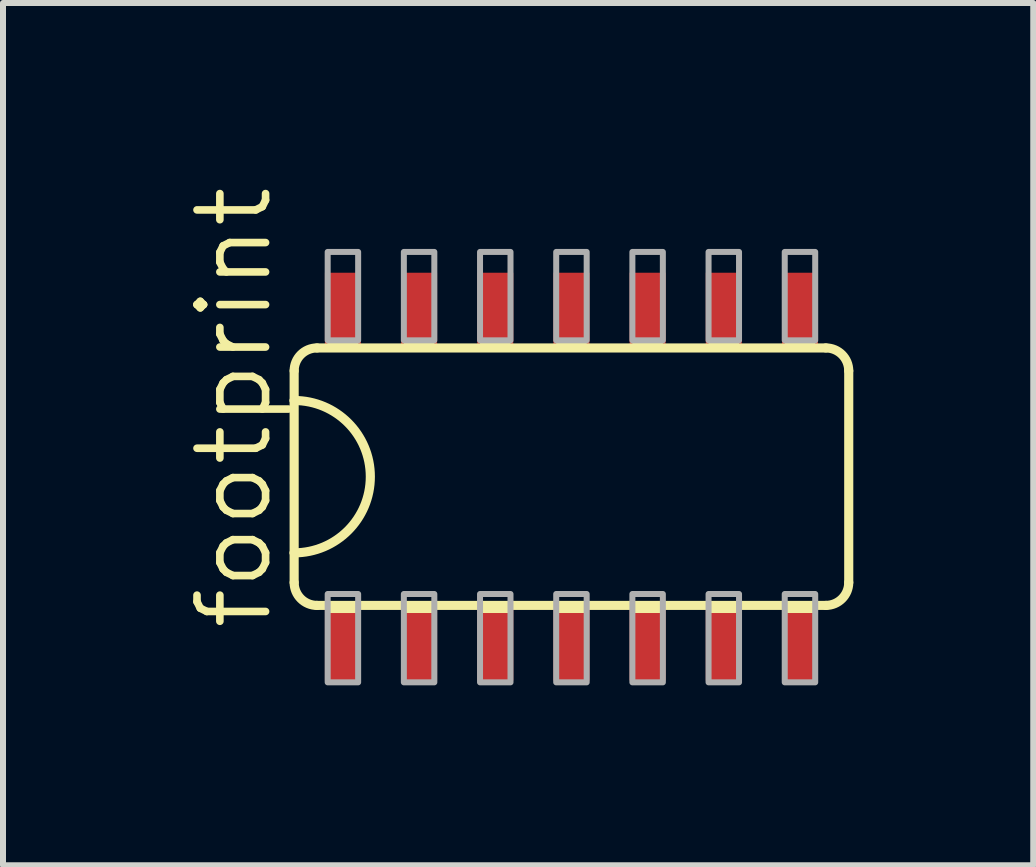
<source format=kicad_pcb>
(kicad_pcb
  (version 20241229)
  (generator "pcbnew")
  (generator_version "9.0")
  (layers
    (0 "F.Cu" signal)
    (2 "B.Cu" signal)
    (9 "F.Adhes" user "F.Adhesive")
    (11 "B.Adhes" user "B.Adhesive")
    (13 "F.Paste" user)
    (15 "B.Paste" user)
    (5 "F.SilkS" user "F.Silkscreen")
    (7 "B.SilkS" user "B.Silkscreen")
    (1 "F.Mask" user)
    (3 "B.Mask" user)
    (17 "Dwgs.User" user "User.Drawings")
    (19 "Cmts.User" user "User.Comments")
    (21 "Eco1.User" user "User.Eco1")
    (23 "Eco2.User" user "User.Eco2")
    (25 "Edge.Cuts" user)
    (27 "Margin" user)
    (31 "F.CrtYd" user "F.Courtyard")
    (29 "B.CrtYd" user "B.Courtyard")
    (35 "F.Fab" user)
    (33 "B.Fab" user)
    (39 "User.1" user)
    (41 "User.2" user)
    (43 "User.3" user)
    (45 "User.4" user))
  (footprint "footprint"
    (layer "F.Cu")
    (at 5.842 4.897)
    (property "Reference" "footprint" (at -4.318 2.603 90) (layer "F.SilkS") (effects (font (size 1.143 1.143) (thickness 0.127)) (justify left bottom)))
    (fp_line (start -3.988 -1.765) (end -3.988 -1.27) (stroke (width 0.152) (type solid)) (layer "F.SilkS"))
    (fp_line (start -3.988 -1.27) (end -3.988 1.27) (stroke (width 0.152) (type solid)) (layer "F.SilkS"))
    (fp_line (start -3.988 1.27) (end -3.988 1.765) (stroke (width 0.152) (type solid)) (layer "F.SilkS"))
    (fp_line (start -3.607 2.146) (end 4.877 2.146) (stroke (width 0.152) (type solid)) (layer "F.SilkS"))
    (fp_line (start 4.877 -2.146) (end -3.607 -2.146) (stroke (width 0.152) (type solid)) (layer "F.SilkS"))
    (fp_line (start 5.258 1.765) (end 5.258 -1.765) (stroke (width 0.152) (type solid)) (layer "F.SilkS"))
    (fp_arc (start -3.9878 -1.7653) (mid -3.876208 -2.034708) (end -3.6068 -2.1463) (stroke (width 0.1524) (type solid)) (layer "F.SilkS"))
    (fp_arc (start -3.9878 -1.27) (mid -2.7178 0) (end -3.9878 1.27) (stroke (width 0.1524) (type solid)) (layer "F.SilkS"))
    (fp_arc (start -3.6068 2.1463) (mid -3.876208 2.034708) (end -3.9878 1.7653) (stroke (width 0.1524) (type solid)) (layer "F.SilkS"))
    (fp_arc (start 4.8768 -2.1463) (mid 5.146208 -2.034708) (end 5.2578 -1.7653) (stroke (width 0.1524) (type solid)) (layer "F.SilkS"))
    (fp_arc (start 5.2578 1.7653) (mid 5.146208 2.034708) (end 4.8768 2.1463) (stroke (width 0.1524) (type solid)) (layer "F.SilkS"))
    (fp_poly (pts (xy -3.429 -2.146) (xy -2.921 -2.146) (xy -2.921 -2.273) (xy -3.429 -2.273)) (stroke (width 0) (type solid)) (fill yes) (layer "F.SilkS"))
    (fp_poly (pts (xy -3.429 -2.146) (xy -2.921 -2.146) (xy -2.921 -2.273) (xy -3.429 -2.273)) (stroke (width 0) (type solid)) (fill yes) (layer "F.SilkS"))
    (fp_poly (pts (xy -3.429 2.273) (xy -2.921 2.273) (xy -2.921 2.146) (xy -3.429 2.146)) (stroke (width 0) (type solid)) (fill yes) (layer "F.SilkS"))
    (fp_poly (pts (xy -3.429 2.273) (xy -2.921 2.273) (xy -2.921 2.146) (xy -3.429 2.146)) (stroke (width 0) (type solid)) (fill yes) (layer "F.SilkS"))
    (fp_poly (pts (xy -2.159 -2.146) (xy -1.651 -2.146) (xy -1.651 -2.273) (xy -2.159 -2.273)) (stroke (width 0) (type solid)) (fill yes) (layer "F.SilkS"))
    (fp_poly (pts (xy -2.159 2.273) (xy -1.651 2.273) (xy -1.651 2.146) (xy -2.159 2.146)) (stroke (width 0) (type solid)) (fill yes) (layer "F.SilkS"))
    (fp_poly (pts (xy -0.889 -2.146) (xy -0.381 -2.146) (xy -0.381 -2.273) (xy -0.889 -2.273)) (stroke (width 0) (type solid)) (fill yes) (layer "F.SilkS"))
    (fp_poly (pts (xy -0.889 2.273) (xy -0.381 2.273) (xy -0.381 2.146) (xy -0.889 2.146)) (stroke (width 0) (type solid)) (fill yes) (layer "F.SilkS"))
    (fp_poly (pts (xy 0.381 -2.146) (xy 0.889 -2.146) (xy 0.889 -2.273) (xy 0.381 -2.273)) (stroke (width 0) (type solid)) (fill yes) (layer "F.SilkS"))
    (fp_poly (pts (xy 0.381 2.273) (xy 0.889 2.273) (xy 0.889 2.146) (xy 0.381 2.146)) (stroke (width 0) (type solid)) (fill yes) (layer "F.SilkS"))
    (fp_poly (pts (xy 1.651 -2.146) (xy 2.159 -2.146) (xy 2.159 -2.273) (xy 1.651 -2.273)) (stroke (width 0) (type solid)) (fill yes) (layer "F.SilkS"))
    (fp_poly (pts (xy 1.651 2.273) (xy 2.159 2.273) (xy 2.159 2.146) (xy 1.651 2.146)) (stroke (width 0) (type solid)) (fill yes) (layer "F.SilkS"))
    (fp_poly (pts (xy 2.921 -2.146) (xy 3.429 -2.146) (xy 3.429 -2.273) (xy 2.921 -2.273)) (stroke (width 0) (type solid)) (fill yes) (layer "F.SilkS"))
    (fp_poly (pts (xy 2.921 2.273) (xy 3.429 2.273) (xy 3.429 2.146) (xy 2.921 2.146)) (stroke (width 0) (type solid)) (fill yes) (layer "F.SilkS"))
    (fp_poly (pts (xy 4.191 -2.146) (xy 4.699 -2.146) (xy 4.699 -2.273) (xy 4.191 -2.273)) (stroke (width 0) (type solid)) (fill yes) (layer "F.SilkS"))
    (fp_poly (pts (xy 4.191 2.273) (xy 4.699 2.273) (xy 4.699 2.146) (xy 4.191 2.146)) (stroke (width 0) (type solid)) (fill yes) (layer "F.SilkS"))
    (fp_poly (pts (xy -3.429 -2.273) (xy -2.921 -2.273) (xy -2.921 -3.747) (xy -3.429 -3.747)) (stroke (width 0.1) (type solid)) (fill no) (layer "F.Fab"))
    (fp_poly (pts (xy -3.429 3.429) (xy -2.921 3.429) (xy -2.921 1.956) (xy -3.429 1.956)) (stroke (width 0.1) (type solid)) (fill no) (layer "F.Fab"))
    (fp_poly (pts (xy -2.159 -2.273) (xy -1.651 -2.273) (xy -1.651 -3.747) (xy -2.159 -3.747)) (stroke (width 0.1) (type solid)) (fill no) (layer "F.Fab"))
    (fp_poly (pts (xy -2.159 3.429) (xy -1.651 3.429) (xy -1.651 1.956) (xy -2.159 1.956)) (stroke (width 0.1) (type solid)) (fill no) (layer "F.Fab"))
    (fp_poly (pts (xy -0.889 -2.273) (xy -0.381 -2.273) (xy -0.381 -3.747) (xy -0.889 -3.747)) (stroke (width 0.1) (type solid)) (fill no) (layer "F.Fab"))
    (fp_poly (pts (xy -0.889 3.429) (xy -0.381 3.429) (xy -0.381 1.956) (xy -0.889 1.956)) (stroke (width 0.1) (type solid)) (fill no) (layer "F.Fab"))
    (fp_poly (pts (xy 0.381 -2.273) (xy 0.889 -2.273) (xy 0.889 -3.747) (xy 0.381 -3.747)) (stroke (width 0.1) (type solid)) (fill no) (layer "F.Fab"))
    (fp_poly (pts (xy 0.381 3.429) (xy 0.889 3.429) (xy 0.889 1.956) (xy 0.381 1.956)) (stroke (width 0.1) (type solid)) (fill no) (layer "F.Fab"))
    (fp_poly (pts (xy 1.651 -2.273) (xy 2.159 -2.273) (xy 2.159 -3.747) (xy 1.651 -3.747)) (stroke (width 0.1) (type solid)) (fill no) (layer "F.Fab"))
    (fp_poly (pts (xy 1.651 3.429) (xy 2.159 3.429) (xy 2.159 1.956) (xy 1.651 1.956)) (stroke (width 0.1) (type solid)) (fill no) (layer "F.Fab"))
    (fp_poly (pts (xy 2.921 -2.273) (xy 3.429 -2.273) (xy 3.429 -3.747) (xy 2.921 -3.747)) (stroke (width 0.1) (type solid)) (fill no) (layer "F.Fab"))
    (fp_poly (pts (xy 2.921 3.429) (xy 3.429 3.429) (xy 3.429 1.956) (xy 2.921 1.956)) (stroke (width 0.1) (type solid)) (fill no) (layer "F.Fab"))
    (fp_poly (pts (xy 4.191 -2.273) (xy 4.699 -2.273) (xy 4.699 -3.747) (xy 4.191 -3.747)) (stroke (width 0.1) (type solid)) (fill no) (layer "F.Fab"))
    (fp_poly (pts (xy 4.191 3.429) (xy 4.699 3.429) (xy 4.699 1.956) (xy 4.191 1.956)) (stroke (width 0.1) (type solid)) (fill no) (layer "F.Fab"))
    (pad "1" smd rect (at -3.175 2.8) (size 0.6 1.2) (layers "F.Cu" "F.Mask" "F.Paste"))
    (pad "2" smd rect (at -1.905 2.8) (size 0.6 1.2) (layers "F.Cu" "F.Mask" "F.Paste"))
    (pad "3" smd rect (at -0.635 2.8) (size 0.6 1.2) (layers "F.Cu" "F.Mask" "F.Paste"))
    (pad "4" smd rect (at 0.635 2.8) (size 0.6 1.2) (layers "F.Cu" "F.Mask" "F.Paste"))
    (pad "5" smd rect (at 1.905 2.8) (size 0.6 1.2) (layers "F.Cu" "F.Mask" "F.Paste"))
    (pad "6" smd rect (at 3.175 2.8) (size 0.6 1.2) (layers "F.Cu" "F.Mask" "F.Paste"))
    (pad "7" smd rect (at 4.445 2.8) (size 0.6 1.2) (layers "F.Cu" "F.Mask" "F.Paste"))
    (pad "8" smd rect (at 4.445 -2.8) (size 0.6 1.2) (layers "F.Cu" "F.Mask" "F.Paste"))
    (pad "9" smd rect (at 3.175 -2.8) (size 0.6 1.2) (layers "F.Cu" "F.Mask" "F.Paste"))
    (pad "10" smd rect (at 1.905 -2.8) (size 0.6 1.2) (layers "F.Cu" "F.Mask" "F.Paste"))
    (pad "11" smd rect (at 0.635 -2.8) (size 0.6 1.2) (layers "F.Cu" "F.Mask" "F.Paste"))
    (pad "12" smd rect (at -0.635 -2.8) (size 0.6 1.2) (layers "F.Cu" "F.Mask" "F.Paste"))
    (pad "13" smd rect (at -1.905 -2.8) (size 0.6 1.2) (layers "F.Cu" "F.Mask" "F.Paste"))
    (pad "14" smd rect (at -3.175 -2.8) (size 0.6 1.2) (layers "F.Cu" "F.Mask" "F.Paste")))
  (gr_rect
    (start -3 -3)
    (end 14.176 11.376)
    (stroke (width 0.1) (type default))
    (fill no)
    (layer "Edge.Cuts")))
</source>
